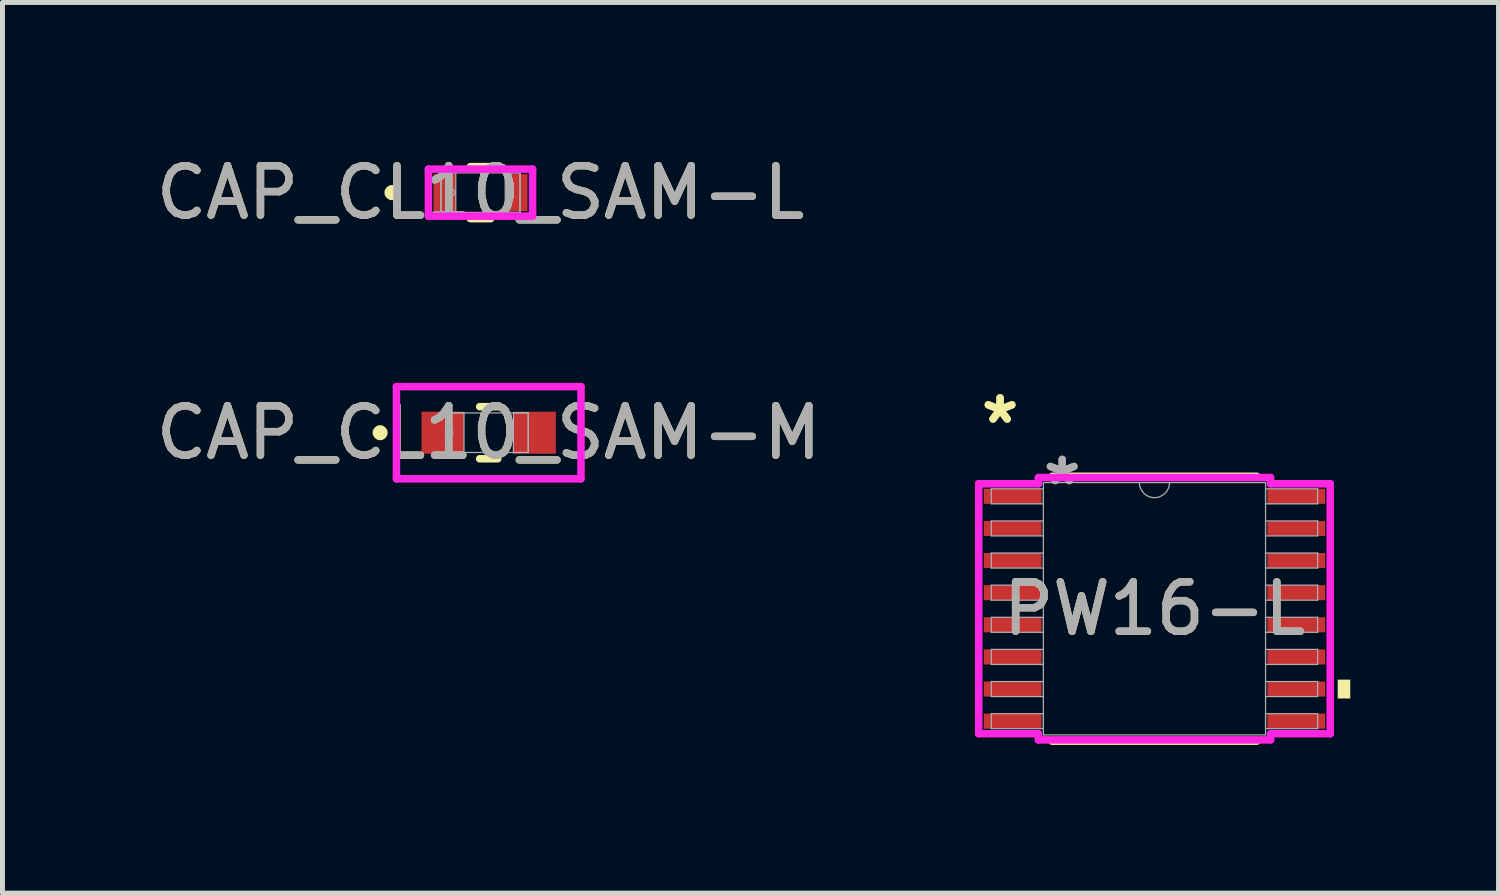
<source format=kicad_pcb>
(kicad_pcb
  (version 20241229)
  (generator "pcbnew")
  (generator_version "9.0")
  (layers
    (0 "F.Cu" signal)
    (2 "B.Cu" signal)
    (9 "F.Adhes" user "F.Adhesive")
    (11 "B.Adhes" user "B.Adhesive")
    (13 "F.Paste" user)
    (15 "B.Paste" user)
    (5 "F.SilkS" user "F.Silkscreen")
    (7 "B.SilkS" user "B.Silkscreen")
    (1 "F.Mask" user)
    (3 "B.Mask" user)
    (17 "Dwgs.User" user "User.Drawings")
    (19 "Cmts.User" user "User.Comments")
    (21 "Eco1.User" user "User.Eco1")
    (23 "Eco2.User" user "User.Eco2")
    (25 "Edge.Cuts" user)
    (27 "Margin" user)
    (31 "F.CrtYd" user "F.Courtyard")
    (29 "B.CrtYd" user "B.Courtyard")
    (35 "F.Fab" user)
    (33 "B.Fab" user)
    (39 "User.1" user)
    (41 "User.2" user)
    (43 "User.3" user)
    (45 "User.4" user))
  (footprint "CAP_CL10_SAM-L"
    (layer "F.Cu")
    (at 6.673 0.848)
    (property "Reference" "CAP_CL10_SAM-L" (at 0 0 0) (unlocked yes) (layer "F.SilkS") (effects (font (size 1 1) (thickness 0.15))))
    (attr smd)
    (fp_line (start -0.204 0.527) (end 0.204 0.527) (stroke (width 0.152) (type solid)) (layer "F.SilkS"))
    (fp_line (start 0.204 -0.527) (end -0.204 -0.527) (stroke (width 0.152) (type solid)) (layer "F.SilkS"))
    (fp_circle (center -1.791 0) (end -1.714 0) (stroke (width 0.152) (type solid)) (fill no) (layer "F.SilkS"))
    (fp_line (start -1.054 -0.476) (end 1.054 -0.476) (stroke (width 0.152) (type solid)) (layer "F.CrtYd"))
    (fp_line (start -1.054 0.476) (end -1.054 -0.476) (stroke (width 0.152) (type solid)) (layer "F.CrtYd"))
    (fp_line (start 1.054 -0.476) (end 1.054 0.476) (stroke (width 0.152) (type solid)) (layer "F.CrtYd"))
    (fp_line (start 1.054 0.476) (end -1.054 0.476) (stroke (width 0.152) (type solid)) (layer "F.CrtYd"))
    (fp_line (start -0.8 -0.4) (end -0.8 0.4) (stroke (width 0.025) (type solid)) (layer "F.Fab"))
    (fp_line (start -0.8 -0.4) (end -0.8 0.4) (stroke (width 0.025) (type solid)) (layer "F.Fab"))
    (fp_line (start -0.8 0.4) (end -0.5 0.4) (stroke (width 0.025) (type solid)) (layer "F.Fab"))
    (fp_line (start -0.8 0.4) (end 0.8 0.4) (stroke (width 0.025) (type solid)) (layer "F.Fab"))
    (fp_line (start -0.5 -0.4) (end -0.8 -0.4) (stroke (width 0.025) (type solid)) (layer "F.Fab"))
    (fp_line (start -0.5 0.4) (end -0.5 -0.4) (stroke (width 0.025) (type solid)) (layer "F.Fab"))
    (fp_line (start 0.5 -0.4) (end 0.5 0.4) (stroke (width 0.025) (type solid)) (layer "F.Fab"))
    (fp_line (start 0.5 0.4) (end 0.8 0.4) (stroke (width 0.025) (type solid)) (layer "F.Fab"))
    (fp_line (start 0.8 -0.4) (end -0.8 -0.4) (stroke (width 0.025) (type solid)) (layer "F.Fab"))
    (fp_line (start 0.8 -0.4) (end 0.5 -0.4) (stroke (width 0.025) (type solid)) (layer "F.Fab"))
    (fp_line (start 0.8 0.4) (end 0.8 -0.4) (stroke (width 0.025) (type solid)) (layer "F.Fab"))
    (fp_line (start 0.8 0.4) (end 0.8 -0.4) (stroke (width 0.025) (type solid)) (layer "F.Fab"))
    (fp_circle (center -0.599 0) (end -0.523 0) (stroke (width 0.025) (type solid)) (fill no) (layer "F.Fab"))
    (fp_text user "${REFERENCE}" (at 0 0 0) (unlocked yes) (layer "F.Fab") (effects (font (size 1 1) (thickness 0.15))))
    (pad "1" smd rect (at -0.726 0) (size 0.452 0.749) (layers "F.Cu" "F.Mask" "F.Paste"))
    (pad "2" smd rect (at 0.726 0) (size 0.452 0.749) (layers "F.Cu" "F.Mask" "F.Paste"))
    (zone (net_name "") (layer "F.Cu") (hatch full 0.508) (connect_pads) (min_thickness 0.254) (filled_areas_thickness no) (keepout (tracks not_allowed) (vias not_allowed) (pads allowed) (copperpour not_allowed) (footprints allowed)) (placement (enabled no)) (fill) (polygon (pts (xy 6.223 0.499) (xy 7.122 0.499) (xy 7.122 1.197) (xy 6.223 1.197)))))
  (footprint "PW16-L"
    (layer "F.Cu")
    (at 20.311 9.268)
    (property "Reference" "PW16-L" (at 0 0 0) (unlocked yes) (layer "F.SilkS") (effects (font (size 1 1) (thickness 0.15))))
    (attr smd)
    (fp_line (start -2.069 2.68) (end 2.069 2.68) (stroke (width 0.152) (type solid)) (layer "F.SilkS"))
    (fp_line (start 2.069 -2.68) (end -2.069 -2.68) (stroke (width 0.152) (type solid)) (layer "F.SilkS"))
    (fp_poly (pts (xy 3.962 1.435) (xy 3.962 1.816) (xy 3.708 1.816) (xy 3.708 1.435)) (stroke (width 0) (type solid)) (fill yes) (layer "F.SilkS"))
    (fp_line (start -3.556 -2.529) (end -2.349 -2.529) (stroke (width 0.152) (type solid)) (layer "F.CrtYd"))
    (fp_line (start -3.556 2.529) (end -3.556 -2.529) (stroke (width 0.152) (type solid)) (layer "F.CrtYd"))
    (fp_line (start -3.556 2.529) (end -2.349 2.529) (stroke (width 0.152) (type solid)) (layer "F.CrtYd"))
    (fp_line (start -2.349 -2.654) (end 2.349 -2.654) (stroke (width 0.152) (type solid)) (layer "F.CrtYd"))
    (fp_line (start -2.349 -2.529) (end -2.349 -2.654) (stroke (width 0.152) (type solid)) (layer "F.CrtYd"))
    (fp_line (start -2.349 2.654) (end -2.349 2.529) (stroke (width 0.152) (type solid)) (layer "F.CrtYd"))
    (fp_line (start 2.349 -2.654) (end 2.349 -2.529) (stroke (width 0.152) (type solid)) (layer "F.CrtYd"))
    (fp_line (start 2.349 2.529) (end 2.349 2.654) (stroke (width 0.152) (type solid)) (layer "F.CrtYd"))
    (fp_line (start 2.349 2.654) (end -2.349 2.654) (stroke (width 0.152) (type solid)) (layer "F.CrtYd"))
    (fp_line (start 3.556 -2.529) (end 2.349 -2.529) (stroke (width 0.152) (type solid)) (layer "F.CrtYd"))
    (fp_line (start 3.556 -2.529) (end 3.556 2.529) (stroke (width 0.152) (type solid)) (layer "F.CrtYd"))
    (fp_line (start 3.556 2.529) (end 2.349 2.529) (stroke (width 0.152) (type solid)) (layer "F.CrtYd"))
    (fp_line (start -3.302 -2.427) (end -3.302 -2.123) (stroke (width 0.025) (type solid)) (layer "F.Fab"))
    (fp_line (start -3.302 -2.123) (end -2.248 -2.123) (stroke (width 0.025) (type solid)) (layer "F.Fab"))
    (fp_line (start -3.302 -1.777) (end -3.302 -1.473) (stroke (width 0.025) (type solid)) (layer "F.Fab"))
    (fp_line (start -3.302 -1.473) (end -2.248 -1.473) (stroke (width 0.025) (type solid)) (layer "F.Fab"))
    (fp_line (start -3.302 -1.127) (end -3.302 -0.823) (stroke (width 0.025) (type solid)) (layer "F.Fab"))
    (fp_line (start -3.302 -0.823) (end -2.248 -0.823) (stroke (width 0.025) (type solid)) (layer "F.Fab"))
    (fp_line (start -3.302 -0.477) (end -3.302 -0.173) (stroke (width 0.025) (type solid)) (layer "F.Fab"))
    (fp_line (start -3.302 -0.173) (end -2.248 -0.173) (stroke (width 0.025) (type solid)) (layer "F.Fab"))
    (fp_line (start -3.302 0.173) (end -3.302 0.477) (stroke (width 0.025) (type solid)) (layer "F.Fab"))
    (fp_line (start -3.302 0.477) (end -2.248 0.477) (stroke (width 0.025) (type solid)) (layer "F.Fab"))
    (fp_line (start -3.302 0.823) (end -3.302 1.127) (stroke (width 0.025) (type solid)) (layer "F.Fab"))
    (fp_line (start -3.302 1.127) (end -2.248 1.127) (stroke (width 0.025) (type solid)) (layer "F.Fab"))
    (fp_line (start -3.302 1.473) (end -3.302 1.777) (stroke (width 0.025) (type solid)) (layer "F.Fab"))
    (fp_line (start -3.302 1.777) (end -2.248 1.777) (stroke (width 0.025) (type solid)) (layer "F.Fab"))
    (fp_line (start -3.302 2.123) (end -3.302 2.427) (stroke (width 0.025) (type solid)) (layer "F.Fab"))
    (fp_line (start -3.302 2.427) (end -2.248 2.427) (stroke (width 0.025) (type solid)) (layer "F.Fab"))
    (fp_line (start -2.248 -2.553) (end -2.248 2.553) (stroke (width 0.025) (type solid)) (layer "F.Fab"))
    (fp_line (start -2.248 -2.427) (end -3.302 -2.427) (stroke (width 0.025) (type solid)) (layer "F.Fab"))
    (fp_line (start -2.248 -2.123) (end -2.248 -2.427) (stroke (width 0.025) (type solid)) (layer "F.Fab"))
    (fp_line (start -2.248 -1.777) (end -3.302 -1.777) (stroke (width 0.025) (type solid)) (layer "F.Fab"))
    (fp_line (start -2.248 -1.473) (end -2.248 -1.777) (stroke (width 0.025) (type solid)) (layer "F.Fab"))
    (fp_line (start -2.248 -1.127) (end -3.302 -1.127) (stroke (width 0.025) (type solid)) (layer "F.Fab"))
    (fp_line (start -2.248 -0.823) (end -2.248 -1.127) (stroke (width 0.025) (type solid)) (layer "F.Fab"))
    (fp_line (start -2.248 -0.477) (end -3.302 -0.477) (stroke (width 0.025) (type solid)) (layer "F.Fab"))
    (fp_line (start -2.248 -0.173) (end -2.248 -0.477) (stroke (width 0.025) (type solid)) (layer "F.Fab"))
    (fp_line (start -2.248 0.173) (end -3.302 0.173) (stroke (width 0.025) (type solid)) (layer "F.Fab"))
    (fp_line (start -2.248 0.477) (end -2.248 0.173) (stroke (width 0.025) (type solid)) (layer "F.Fab"))
    (fp_line (start -2.248 0.823) (end -3.302 0.823) (stroke (width 0.025) (type solid)) (layer "F.Fab"))
    (fp_line (start -2.248 1.127) (end -2.248 0.823) (stroke (width 0.025) (type solid)) (layer "F.Fab"))
    (fp_line (start -2.248 1.473) (end -3.302 1.473) (stroke (width 0.025) (type solid)) (layer "F.Fab"))
    (fp_line (start -2.248 1.777) (end -2.248 1.473) (stroke (width 0.025) (type solid)) (layer "F.Fab"))
    (fp_line (start -2.248 2.123) (end -3.302 2.123) (stroke (width 0.025) (type solid)) (layer "F.Fab"))
    (fp_line (start -2.248 2.427) (end -2.248 2.123) (stroke (width 0.025) (type solid)) (layer "F.Fab"))
    (fp_line (start -2.248 2.553) (end 2.248 2.553) (stroke (width 0.025) (type solid)) (layer "F.Fab"))
    (fp_line (start 2.248 -2.553) (end -2.248 -2.553) (stroke (width 0.025) (type solid)) (layer "F.Fab"))
    (fp_line (start 2.248 -2.427) (end 2.248 -2.123) (stroke (width 0.025) (type solid)) (layer "F.Fab"))
    (fp_line (start 2.248 -2.123) (end 3.302 -2.123) (stroke (width 0.025) (type solid)) (layer "F.Fab"))
    (fp_line (start 2.248 -1.777) (end 2.248 -1.473) (stroke (width 0.025) (type solid)) (layer "F.Fab"))
    (fp_line (start 2.248 -1.473) (end 3.302 -1.473) (stroke (width 0.025) (type solid)) (layer "F.Fab"))
    (fp_line (start 2.248 -1.127) (end 2.248 -0.823) (stroke (width 0.025) (type solid)) (layer "F.Fab"))
    (fp_line (start 2.248 -0.823) (end 3.302 -0.823) (stroke (width 0.025) (type solid)) (layer "F.Fab"))
    (fp_line (start 2.248 -0.477) (end 2.248 -0.173) (stroke (width 0.025) (type solid)) (layer "F.Fab"))
    (fp_line (start 2.248 -0.173) (end 3.302 -0.173) (stroke (width 0.025) (type solid)) (layer "F.Fab"))
    (fp_line (start 2.248 0.173) (end 2.248 0.477) (stroke (width 0.025) (type solid)) (layer "F.Fab"))
    (fp_line (start 2.248 0.477) (end 3.302 0.477) (stroke (width 0.025) (type solid)) (layer "F.Fab"))
    (fp_line (start 2.248 0.823) (end 2.248 1.127) (stroke (width 0.025) (type solid)) (layer "F.Fab"))
    (fp_line (start 2.248 1.127) (end 3.302 1.127) (stroke (width 0.025) (type solid)) (layer "F.Fab"))
    (fp_line (start 2.248 1.473) (end 2.248 1.777) (stroke (width 0.025) (type solid)) (layer "F.Fab"))
    (fp_line (start 2.248 1.777) (end 3.302 1.777) (stroke (width 0.025) (type solid)) (layer "F.Fab"))
    (fp_line (start 2.248 2.123) (end 2.248 2.427) (stroke (width 0.025) (type solid)) (layer "F.Fab"))
    (fp_line (start 2.248 2.427) (end 3.302 2.427) (stroke (width 0.025) (type solid)) (layer "F.Fab"))
    (fp_line (start 2.248 2.553) (end 2.248 -2.553) (stroke (width 0.025) (type solid)) (layer "F.Fab"))
    (fp_line (start 3.302 -2.427) (end 2.248 -2.427) (stroke (width 0.025) (type solid)) (layer "F.Fab"))
    (fp_line (start 3.302 -2.123) (end 3.302 -2.427) (stroke (width 0.025) (type solid)) (layer "F.Fab"))
    (fp_line (start 3.302 -1.777) (end 2.248 -1.777) (stroke (width 0.025) (type solid)) (layer "F.Fab"))
    (fp_line (start 3.302 -1.473) (end 3.302 -1.777) (stroke (width 0.025) (type solid)) (layer "F.Fab"))
    (fp_line (start 3.302 -1.127) (end 2.248 -1.127) (stroke (width 0.025) (type solid)) (layer "F.Fab"))
    (fp_line (start 3.302 -0.823) (end 3.302 -1.127) (stroke (width 0.025) (type solid)) (layer "F.Fab"))
    (fp_line (start 3.302 -0.477) (end 2.248 -0.477) (stroke (width 0.025) (type solid)) (layer "F.Fab"))
    (fp_line (start 3.302 -0.173) (end 3.302 -0.477) (stroke (width 0.025) (type solid)) (layer "F.Fab"))
    (fp_line (start 3.302 0.173) (end 2.248 0.173) (stroke (width 0.025) (type solid)) (layer "F.Fab"))
    (fp_line (start 3.302 0.477) (end 3.302 0.173) (stroke (width 0.025) (type solid)) (layer "F.Fab"))
    (fp_line (start 3.302 0.823) (end 2.248 0.823) (stroke (width 0.025) (type solid)) (layer "F.Fab"))
    (fp_line (start 3.302 1.127) (end 3.302 0.823) (stroke (width 0.025) (type solid)) (layer "F.Fab"))
    (fp_line (start 3.302 1.473) (end 2.248 1.473) (stroke (width 0.025) (type solid)) (layer "F.Fab"))
    (fp_line (start 3.302 1.777) (end 3.302 1.473) (stroke (width 0.025) (type solid)) (layer "F.Fab"))
    (fp_line (start 3.302 2.123) (end 2.248 2.123) (stroke (width 0.025) (type solid)) (layer "F.Fab"))
    (fp_line (start 3.302 2.427) (end 3.302 2.123) (stroke (width 0.025) (type solid)) (layer "F.Fab"))
    (fp_arc (start 0.3048 -2.5527) (mid 0 -2.2479) (end -0.3048 -2.5527) (stroke (width 0.0254) (type solid)) (layer "F.Fab"))
    (fp_text user "*" (at -3.124 -3.723 0) (unlocked yes) (layer "F.SilkS") (effects (font (size 1 1) (thickness 0.15))))
    (fp_text user "*" (at -3.124 -3.723 0) (layer "F.SilkS") (effects (font (size 1 1) (thickness 0.15))))
    (fp_text user "*" (at -1.867 -2.477 0) (layer "F.Fab") (effects (font (size 1 1) (thickness 0.15))))
    (fp_text user "${REFERENCE}" (at 0 0 0) (unlocked yes) (layer "F.Fab") (effects (font (size 1 1) (thickness 0.15))))
    (fp_text user "*" (at -1.867 -2.477 0) (unlocked yes) (layer "F.Fab") (effects (font (size 1 1) (thickness 0.15))))
    (pad "1" smd rect (at -2.87 -2.275) (size 1.168 0.305) (layers "F.Cu" "F.Mask" "F.Paste"))
    (pad "2" smd rect (at -2.87 -1.625) (size 1.168 0.305) (layers "F.Cu" "F.Mask" "F.Paste"))
    (pad "3" smd rect (at -2.87 -0.975) (size 1.168 0.305) (layers "F.Cu" "F.Mask" "F.Paste"))
    (pad "4" smd rect (at -2.87 -0.325) (size 1.168 0.305) (layers "F.Cu" "F.Mask" "F.Paste"))
    (pad "5" smd rect (at -2.87 0.325) (size 1.168 0.305) (layers "F.Cu" "F.Mask" "F.Paste"))
    (pad "6" smd rect (at -2.87 0.975) (size 1.168 0.305) (layers "F.Cu" "F.Mask" "F.Paste"))
    (pad "7" smd rect (at -2.87 1.625) (size 1.168 0.305) (layers "F.Cu" "F.Mask" "F.Paste"))
    (pad "8" smd rect (at -2.87 2.275) (size 1.168 0.305) (layers "F.Cu" "F.Mask" "F.Paste"))
    (pad "9" smd rect (at 2.87 2.275) (size 1.168 0.305) (layers "F.Cu" "F.Mask" "F.Paste"))
    (pad "10" smd rect (at 2.87 1.625) (size 1.168 0.305) (layers "F.Cu" "F.Mask" "F.Paste"))
    (pad "11" smd rect (at 2.87 0.975) (size 1.168 0.305) (layers "F.Cu" "F.Mask" "F.Paste"))
    (pad "12" smd rect (at 2.87 0.325) (size 1.168 0.305) (layers "F.Cu" "F.Mask" "F.Paste"))
    (pad "13" smd rect (at 2.87 -0.325) (size 1.168 0.305) (layers "F.Cu" "F.Mask" "F.Paste"))
    (pad "14" smd rect (at 2.87 -0.975) (size 1.168 0.305) (layers "F.Cu" "F.Mask" "F.Paste"))
    (pad "15" smd rect (at 2.87 -1.625) (size 1.168 0.305) (layers "F.Cu" "F.Mask" "F.Paste"))
    (pad "16" smd rect (at 2.87 -2.275) (size 1.168 0.305) (layers "F.Cu" "F.Mask" "F.Paste")))
  (footprint "CAP_CL10_SAM-M"
    (layer "F.Cu")
    (at 6.839 5.706)
    (property "Reference" "CAP_CL10_SAM-M" (at 0 0 0) (unlocked yes) (layer "F.SilkS") (effects (font (size 1 1) (thickness 0.15))))
    (attr smd)
    (fp_line (start -0.183 0.527) (end 0.183 0.527) (stroke (width 0.152) (type solid)) (layer "F.SilkS"))
    (fp_line (start 0.183 -0.527) (end -0.183 -0.527) (stroke (width 0.152) (type solid)) (layer "F.SilkS"))
    (fp_circle (center -2.197 0) (end -2.121 0) (stroke (width 0.152) (type solid)) (fill no) (layer "F.SilkS"))
    (fp_line (start -1.867 -0.933) (end 1.867 -0.933) (stroke (width 0.152) (type solid)) (layer "F.CrtYd"))
    (fp_line (start -1.867 0.933) (end -1.867 -0.933) (stroke (width 0.152) (type solid)) (layer "F.CrtYd"))
    (fp_line (start 1.867 -0.933) (end 1.867 0.933) (stroke (width 0.152) (type solid)) (layer "F.CrtYd"))
    (fp_line (start 1.867 0.933) (end -1.867 0.933) (stroke (width 0.152) (type solid)) (layer "F.CrtYd"))
    (fp_line (start -0.8 -0.4) (end -0.8 0.4) (stroke (width 0.025) (type solid)) (layer "F.Fab"))
    (fp_line (start -0.8 -0.4) (end -0.8 0.4) (stroke (width 0.025) (type solid)) (layer "F.Fab"))
    (fp_line (start -0.8 0.4) (end -0.5 0.4) (stroke (width 0.025) (type solid)) (layer "F.Fab"))
    (fp_line (start -0.8 0.4) (end 0.8 0.4) (stroke (width 0.025) (type solid)) (layer "F.Fab"))
    (fp_line (start -0.5 -0.4) (end -0.8 -0.4) (stroke (width 0.025) (type solid)) (layer "F.Fab"))
    (fp_line (start -0.5 0.4) (end -0.5 -0.4) (stroke (width 0.025) (type solid)) (layer "F.Fab"))
    (fp_line (start 0.5 -0.4) (end 0.5 0.4) (stroke (width 0.025) (type solid)) (layer "F.Fab"))
    (fp_line (start 0.5 0.4) (end 0.8 0.4) (stroke (width 0.025) (type solid)) (layer "F.Fab"))
    (fp_line (start 0.8 -0.4) (end -0.8 -0.4) (stroke (width 0.025) (type solid)) (layer "F.Fab"))
    (fp_line (start 0.8 -0.4) (end 0.5 -0.4) (stroke (width 0.025) (type solid)) (layer "F.Fab"))
    (fp_line (start 0.8 0.4) (end 0.8 -0.4) (stroke (width 0.025) (type solid)) (layer "F.Fab"))
    (fp_line (start 0.8 0.4) (end 0.8 -0.4) (stroke (width 0.025) (type solid)) (layer "F.Fab"))
    (fp_circle (center -0.802 0) (end -0.726 0) (stroke (width 0.025) (type solid)) (fill no) (layer "F.Fab"))
    (fp_text user "${REFERENCE}" (at 0 0 0) (unlocked yes) (layer "F.Fab") (effects (font (size 1 1) (thickness 0.15))))
    (pad "1" smd rect (at -0.929 0) (size 0.859 0.851) (layers "F.Cu" "F.Mask" "F.Paste"))
    (pad "2" smd rect (at 0.929 0) (size 0.859 0.851) (layers "F.Cu" "F.Mask" "F.Paste"))
    (zone (net_name "") (layer "F.Cu") (hatch full 0.508) (connect_pads) (min_thickness 0.254) (filled_areas_thickness no) (keepout (tracks not_allowed) (vias not_allowed) (pads allowed) (copperpour not_allowed) (footprints allowed)) (placement (enabled no)) (fill) (polygon (pts (xy 6.39 5.357) (xy 7.288 5.357) (xy 7.288 6.055) (xy 6.39 6.055)))))
  (gr_rect
    (start -3 -3)
    (end 27.273 15.023)
    (stroke (width 0.1) (type default))
    (fill no)
    (layer "Edge.Cuts")))
</source>
